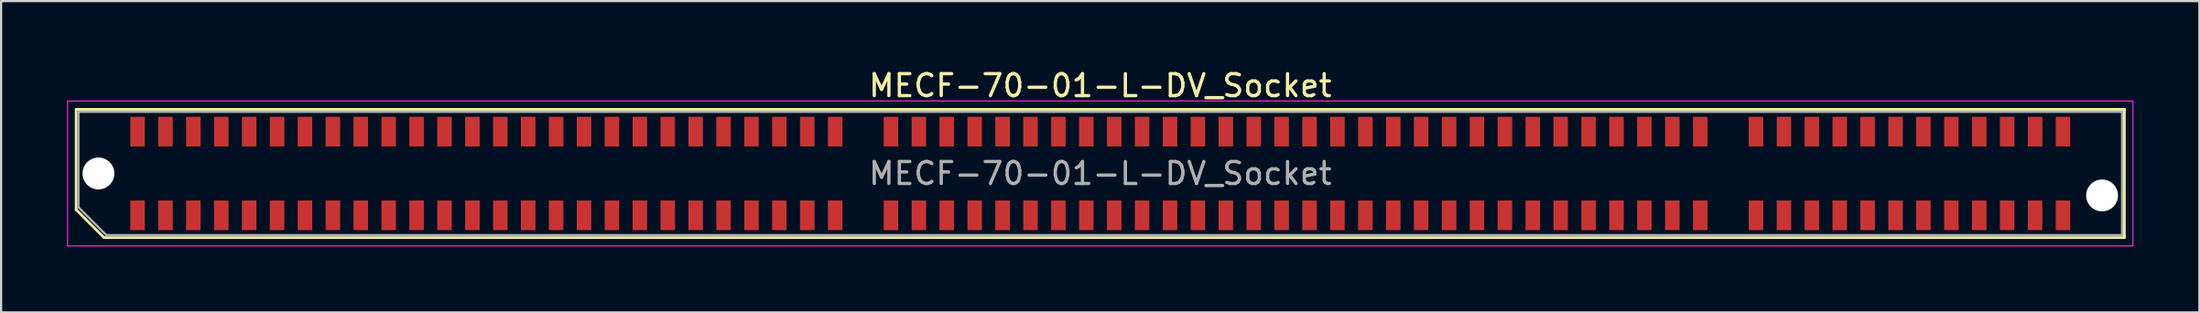
<source format=kicad_pcb>
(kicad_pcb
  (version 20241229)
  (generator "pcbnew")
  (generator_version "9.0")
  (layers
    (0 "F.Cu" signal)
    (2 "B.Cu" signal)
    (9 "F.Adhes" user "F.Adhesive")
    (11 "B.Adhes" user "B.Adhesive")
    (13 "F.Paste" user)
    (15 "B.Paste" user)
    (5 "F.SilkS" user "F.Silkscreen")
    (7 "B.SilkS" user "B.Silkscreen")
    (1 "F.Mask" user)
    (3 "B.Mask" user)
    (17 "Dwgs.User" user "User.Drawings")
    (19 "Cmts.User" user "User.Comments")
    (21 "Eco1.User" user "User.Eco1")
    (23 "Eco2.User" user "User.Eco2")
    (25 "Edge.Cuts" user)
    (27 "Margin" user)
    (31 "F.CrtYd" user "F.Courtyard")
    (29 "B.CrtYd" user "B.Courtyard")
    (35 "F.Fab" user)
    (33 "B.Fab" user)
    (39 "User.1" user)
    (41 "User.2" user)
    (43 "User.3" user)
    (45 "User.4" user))
  (footprint "MECF-70-01-L-DV_Socket"
    (layer "F.Cu")
    (at 47.025 4.848)
    (property "Reference" "MECF-70-01-L-DV_Socket" (at 0 -4 0) (layer "F.SilkS") (effects (font (size 1 1) (thickness 0.15))))
    (attr smd)
    (fp_line (start -46.61 -2.92) (end 46.61 -2.92) (stroke (width 0.12) (type solid)) (layer "F.SilkS"))
    (fp_line (start -46.61 1.65) (end -46.61 -2.92) (stroke (width 0.12) (type solid)) (layer "F.SilkS"))
    (fp_line (start -45.34 2.92) (end -46.61 1.65) (stroke (width 0.12) (type solid)) (layer "F.SilkS"))
    (fp_line (start -45.34 2.92) (end 46.61 2.92) (stroke (width 0.12) (type solid)) (layer "F.SilkS"))
    (fp_line (start 46.61 2.92) (end 46.61 -2.92) (stroke (width 0.12) (type solid)) (layer "F.SilkS"))
    (fp_line (start -47 -3.3) (end -47 3.3) (stroke (width 0.05) (type solid)) (layer "F.CrtYd"))
    (fp_line (start -47 3.3) (end 47 3.3) (stroke (width 0.05) (type solid)) (layer "F.CrtYd"))
    (fp_line (start 47 -3.3) (end -47 -3.3) (stroke (width 0.05) (type solid)) (layer "F.CrtYd"))
    (fp_line (start 47 3.3) (end 47 -3.3) (stroke (width 0.05) (type solid)) (layer "F.CrtYd"))
    (fp_line (start -46.505 -2.805) (end 46.505 -2.805) (stroke (width 0.1) (type solid)) (layer "F.Fab"))
    (fp_line (start -46.505 1.535) (end -46.505 -2.805) (stroke (width 0.1) (type solid)) (layer "F.Fab"))
    (fp_line (start -46.505 1.535) (end -45.235 2.805) (stroke (width 0.1) (type solid)) (layer "F.Fab"))
    (fp_line (start -45.235 2.805) (end 46.505 2.805) (stroke (width 0.1) (type solid)) (layer "F.Fab"))
    (fp_line (start 46.505 2.805) (end 46.505 -2.805) (stroke (width 0.1) (type solid)) (layer "F.Fab"))
    (fp_text user "${REFERENCE}" (at 0 0 0) (layer "F.Fab") (effects (font (size 1 1) (thickness 0.15))))
    (pad "" np_thru_hole circle (at -45.595 0) (size 1.45 1.45) (drill 1.45) (layers "*.Cu" "*.Mask"))
    (pad "" np_thru_hole circle (at 45.595 1) (size 1.45 1.45) (drill 1.45) (layers "*.Cu" "*.Mask"))
    (pad "1" smd rect (at -43.815 1.905) (size 0.66 1.35) (layers "F.Cu" "F.Mask" "F.Paste"))
    (pad "2" smd rect (at -43.815 -1.905) (size 0.66 1.35) (layers "F.Cu" "F.Mask" "F.Paste"))
    (pad "3" smd rect (at -42.545 1.905) (size 0.66 1.35) (layers "F.Cu" "F.Mask" "F.Paste"))
    (pad "4" smd rect (at -42.545 -1.905) (size 0.66 1.35) (layers "F.Cu" "F.Mask" "F.Paste"))
    (pad "5" smd rect (at -41.275 1.905) (size 0.66 1.35) (layers "F.Cu" "F.Mask" "F.Paste"))
    (pad "6" smd rect (at -41.275 -1.905) (size 0.66 1.35) (layers "F.Cu" "F.Mask" "F.Paste"))
    (pad "7" smd rect (at -40.005 1.905) (size 0.66 1.35) (layers "F.Cu" "F.Mask" "F.Paste"))
    (pad "8" smd rect (at -40.005 -1.905) (size 0.66 1.35) (layers "F.Cu" "F.Mask" "F.Paste"))
    (pad "9" smd rect (at -38.735 1.905) (size 0.66 1.35) (layers "F.Cu" "F.Mask" "F.Paste"))
    (pad "10" smd rect (at -38.735 -1.905) (size 0.66 1.35) (layers "F.Cu" "F.Mask" "F.Paste"))
    (pad "11" smd rect (at -37.465 1.905) (size 0.66 1.35) (layers "F.Cu" "F.Mask" "F.Paste"))
    (pad "12" smd rect (at -37.465 -1.905) (size 0.66 1.35) (layers "F.Cu" "F.Mask" "F.Paste"))
    (pad "13" smd rect (at -36.195 1.905) (size 0.66 1.35) (layers "F.Cu" "F.Mask" "F.Paste"))
    (pad "14" smd rect (at -36.195 -1.905) (size 0.66 1.35) (layers "F.Cu" "F.Mask" "F.Paste"))
    (pad "15" smd rect (at -34.925 1.905) (size 0.66 1.35) (layers "F.Cu" "F.Mask" "F.Paste"))
    (pad "16" smd rect (at -34.925 -1.905) (size 0.66 1.35) (layers "F.Cu" "F.Mask" "F.Paste"))
    (pad "17" smd rect (at -33.655 1.905) (size 0.66 1.35) (layers "F.Cu" "F.Mask" "F.Paste"))
    (pad "18" smd rect (at -33.655 -1.905) (size 0.66 1.35) (layers "F.Cu" "F.Mask" "F.Paste"))
    (pad "19" smd rect (at -32.385 1.905) (size 0.66 1.35) (layers "F.Cu" "F.Mask" "F.Paste"))
    (pad "20" smd rect (at -32.385 -1.905) (size 0.66 1.35) (layers "F.Cu" "F.Mask" "F.Paste"))
    (pad "21" smd rect (at -31.115 1.905) (size 0.66 1.35) (layers "F.Cu" "F.Mask" "F.Paste"))
    (pad "22" smd rect (at -31.115 -1.905) (size 0.66 1.35) (layers "F.Cu" "F.Mask" "F.Paste"))
    (pad "23" smd rect (at -29.845 1.905) (size 0.66 1.35) (layers "F.Cu" "F.Mask" "F.Paste"))
    (pad "24" smd rect (at -29.845 -1.905) (size 0.66 1.35) (layers "F.Cu" "F.Mask" "F.Paste"))
    (pad "25" smd rect (at -28.575 1.905) (size 0.66 1.35) (layers "F.Cu" "F.Mask" "F.Paste"))
    (pad "26" smd rect (at -28.575 -1.905) (size 0.66 1.35) (layers "F.Cu" "F.Mask" "F.Paste"))
    (pad "27" smd rect (at -27.305 1.905) (size 0.66 1.35) (layers "F.Cu" "F.Mask" "F.Paste"))
    (pad "28" smd rect (at -27.305 -1.905) (size 0.66 1.35) (layers "F.Cu" "F.Mask" "F.Paste"))
    (pad "29" smd rect (at -26.035 1.905) (size 0.66 1.35) (layers "F.Cu" "F.Mask" "F.Paste"))
    (pad "30" smd rect (at -26.035 -1.905) (size 0.66 1.35) (layers "F.Cu" "F.Mask" "F.Paste"))
    (pad "31" smd rect (at -24.765 1.905) (size 0.66 1.35) (layers "F.Cu" "F.Mask" "F.Paste"))
    (pad "32" smd rect (at -24.765 -1.905) (size 0.66 1.35) (layers "F.Cu" "F.Mask" "F.Paste"))
    (pad "33" smd rect (at -23.495 1.905) (size 0.66 1.35) (layers "F.Cu" "F.Mask" "F.Paste"))
    (pad "34" smd rect (at -23.495 -1.905) (size 0.66 1.35) (layers "F.Cu" "F.Mask" "F.Paste"))
    (pad "35" smd rect (at -22.225 1.905) (size 0.66 1.35) (layers "F.Cu" "F.Mask" "F.Paste"))
    (pad "36" smd rect (at -22.225 -1.905) (size 0.66 1.35) (layers "F.Cu" "F.Mask" "F.Paste"))
    (pad "37" smd rect (at -20.955 1.905) (size 0.66 1.35) (layers "F.Cu" "F.Mask" "F.Paste"))
    (pad "38" smd rect (at -20.955 -1.905) (size 0.66 1.35) (layers "F.Cu" "F.Mask" "F.Paste"))
    (pad "39" smd rect (at -19.685 1.905) (size 0.66 1.35) (layers "F.Cu" "F.Mask" "F.Paste"))
    (pad "40" smd rect (at -19.685 -1.905) (size 0.66 1.35) (layers "F.Cu" "F.Mask" "F.Paste"))
    (pad "41" smd rect (at -18.415 1.905) (size 0.66 1.35) (layers "F.Cu" "F.Mask" "F.Paste"))
    (pad "42" smd rect (at -18.415 -1.905) (size 0.66 1.35) (layers "F.Cu" "F.Mask" "F.Paste"))
    (pad "43" smd rect (at -17.145 1.905) (size 0.66 1.35) (layers "F.Cu" "F.Mask" "F.Paste"))
    (pad "44" smd rect (at -17.145 -1.905) (size 0.66 1.35) (layers "F.Cu" "F.Mask" "F.Paste"))
    (pad "45" smd rect (at -15.875 1.905) (size 0.66 1.35) (layers "F.Cu" "F.Mask" "F.Paste"))
    (pad "46" smd rect (at -15.875 -1.905) (size 0.66 1.35) (layers "F.Cu" "F.Mask" "F.Paste"))
    (pad "47" smd rect (at -14.605 1.905) (size 0.66 1.35) (layers "F.Cu" "F.Mask" "F.Paste"))
    (pad "48" smd rect (at -14.605 -1.905) (size 0.66 1.35) (layers "F.Cu" "F.Mask" "F.Paste"))
    (pad "49" smd rect (at -13.335 1.905) (size 0.66 1.35) (layers "F.Cu" "F.Mask" "F.Paste"))
    (pad "50" smd rect (at -13.335 -1.905) (size 0.66 1.35) (layers "F.Cu" "F.Mask" "F.Paste"))
    (pad "51" smd rect (at -12.065 1.905) (size 0.66 1.35) (layers "F.Cu" "F.Mask" "F.Paste"))
    (pad "52" smd rect (at -12.065 -1.905) (size 0.66 1.35) (layers "F.Cu" "F.Mask" "F.Paste"))
    (pad "55" smd rect (at -9.525 1.905) (size 0.66 1.35) (layers "F.Cu" "F.Mask" "F.Paste"))
    (pad "56" smd rect (at -9.525 -1.905) (size 0.66 1.35) (layers "F.Cu" "F.Mask" "F.Paste"))
    (pad "57" smd rect (at -8.255 1.905) (size 0.66 1.35) (layers "F.Cu" "F.Mask" "F.Paste"))
    (pad "58" smd rect (at -8.255 -1.905) (size 0.66 1.35) (layers "F.Cu" "F.Mask" "F.Paste"))
    (pad "59" smd rect (at -6.985 1.905) (size 0.66 1.35) (layers "F.Cu" "F.Mask" "F.Paste"))
    (pad "60" smd rect (at -6.985 -1.905) (size 0.66 1.35) (layers "F.Cu" "F.Mask" "F.Paste"))
    (pad "61" smd rect (at -5.715 1.905) (size 0.66 1.35) (layers "F.Cu" "F.Mask" "F.Paste"))
    (pad "62" smd rect (at -5.715 -1.905) (size 0.66 1.35) (layers "F.Cu" "F.Mask" "F.Paste"))
    (pad "63" smd rect (at -4.445 1.905) (size 0.66 1.35) (layers "F.Cu" "F.Mask" "F.Paste"))
    (pad "64" smd rect (at -4.445 -1.905) (size 0.66 1.35) (layers "F.Cu" "F.Mask" "F.Paste"))
    (pad "65" smd rect (at -3.175 1.905) (size 0.66 1.35) (layers "F.Cu" "F.Mask" "F.Paste"))
    (pad "66" smd rect (at -3.175 -1.905) (size 0.66 1.35) (layers "F.Cu" "F.Mask" "F.Paste"))
    (pad "67" smd rect (at -1.905 1.905) (size 0.66 1.35) (layers "F.Cu" "F.Mask" "F.Paste"))
    (pad "68" smd rect (at -1.905 -1.905) (size 0.66 1.35) (layers "F.Cu" "F.Mask" "F.Paste"))
    (pad "69" smd rect (at -0.635 1.905) (size 0.66 1.35) (layers "F.Cu" "F.Mask" "F.Paste"))
    (pad "70" smd rect (at -0.635 -1.905) (size 0.66 1.35) (layers "F.Cu" "F.Mask" "F.Paste"))
    (pad "71" smd rect (at 0.635 1.905) (size 0.66 1.35) (layers "F.Cu" "F.Mask" "F.Paste"))
    (pad "72" smd rect (at 0.635 -1.905) (size 0.66 1.35) (layers "F.Cu" "F.Mask" "F.Paste"))
    (pad "73" smd rect (at 1.905 1.905) (size 0.66 1.35) (layers "F.Cu" "F.Mask" "F.Paste"))
    (pad "74" smd rect (at 1.905 -1.905) (size 0.66 1.35) (layers "F.Cu" "F.Mask" "F.Paste"))
    (pad "75" smd rect (at 3.175 1.905) (size 0.66 1.35) (layers "F.Cu" "F.Mask" "F.Paste"))
    (pad "76" smd rect (at 3.175 -1.905) (size 0.66 1.35) (layers "F.Cu" "F.Mask" "F.Paste"))
    (pad "77" smd rect (at 4.445 1.905) (size 0.66 1.35) (layers "F.Cu" "F.Mask" "F.Paste"))
    (pad "78" smd rect (at 4.445 -1.905) (size 0.66 1.35) (layers "F.Cu" "F.Mask" "F.Paste"))
    (pad "79" smd rect (at 5.715 1.905) (size 0.66 1.35) (layers "F.Cu" "F.Mask" "F.Paste"))
    (pad "80" smd rect (at 5.715 -1.905) (size 0.66 1.35) (layers "F.Cu" "F.Mask" "F.Paste"))
    (pad "81" smd rect (at 6.985 1.905) (size 0.66 1.35) (layers "F.Cu" "F.Mask" "F.Paste"))
    (pad "82" smd rect (at 6.985 -1.905) (size 0.66 1.35) (layers "F.Cu" "F.Mask" "F.Paste"))
    (pad "83" smd rect (at 8.255 1.905) (size 0.66 1.35) (layers "F.Cu" "F.Mask" "F.Paste"))
    (pad "84" smd rect (at 8.255 -1.905) (size 0.66 1.35) (layers "F.Cu" "F.Mask" "F.Paste"))
    (pad "85" smd rect (at 9.525 1.905) (size 0.66 1.35) (layers "F.Cu" "F.Mask" "F.Paste"))
    (pad "86" smd rect (at 9.525 -1.905) (size 0.66 1.35) (layers "F.Cu" "F.Mask" "F.Paste"))
    (pad "87" smd rect (at 10.795 1.905) (size 0.66 1.35) (layers "F.Cu" "F.Mask" "F.Paste"))
    (pad "88" smd rect (at 10.795 -1.905) (size 0.66 1.35) (layers "F.Cu" "F.Mask" "F.Paste"))
    (pad "89" smd rect (at 12.065 1.905) (size 0.66 1.35) (layers "F.Cu" "F.Mask" "F.Paste"))
    (pad "90" smd rect (at 12.065 -1.905) (size 0.66 1.35) (layers "F.Cu" "F.Mask" "F.Paste"))
    (pad "91" smd rect (at 13.335 1.905) (size 0.66 1.35) (layers "F.Cu" "F.Mask" "F.Paste"))
    (pad "92" smd rect (at 13.335 -1.905) (size 0.66 1.35) (layers "F.Cu" "F.Mask" "F.Paste"))
    (pad "93" smd rect (at 14.605 1.905) (size 0.66 1.35) (layers "F.Cu" "F.Mask" "F.Paste"))
    (pad "94" smd rect (at 14.605 -1.905) (size 0.66 1.35) (layers "F.Cu" "F.Mask" "F.Paste"))
    (pad "95" smd rect (at 15.875 1.905) (size 0.66 1.35) (layers "F.Cu" "F.Mask" "F.Paste"))
    (pad "96" smd rect (at 15.875 -1.905) (size 0.66 1.35) (layers "F.Cu" "F.Mask" "F.Paste"))
    (pad "97" smd rect (at 17.145 1.905) (size 0.66 1.35) (layers "F.Cu" "F.Mask" "F.Paste"))
    (pad "98" smd rect (at 17.145 -1.905) (size 0.66 1.35) (layers "F.Cu" "F.Mask" "F.Paste"))
    (pad "99" smd rect (at 18.415 1.905) (size 0.66 1.35) (layers "F.Cu" "F.Mask" "F.Paste"))
    (pad "100" smd rect (at 18.415 -1.905) (size 0.66 1.35) (layers "F.Cu" "F.Mask" "F.Paste"))
    (pad "101" smd rect (at 19.685 1.905) (size 0.66 1.35) (layers "F.Cu" "F.Mask" "F.Paste"))
    (pad "102" smd rect (at 19.685 -1.905) (size 0.66 1.35) (layers "F.Cu" "F.Mask" "F.Paste"))
    (pad "103" smd rect (at 20.955 1.905) (size 0.66 1.35) (layers "F.Cu" "F.Mask" "F.Paste"))
    (pad "104" smd rect (at 20.955 -1.905) (size 0.66 1.35) (layers "F.Cu" "F.Mask" "F.Paste"))
    (pad "105" smd rect (at 22.225 1.905) (size 0.66 1.35) (layers "F.Cu" "F.Mask" "F.Paste"))
    (pad "106" smd rect (at 22.225 -1.905) (size 0.66 1.35) (layers "F.Cu" "F.Mask" "F.Paste"))
    (pad "107" smd rect (at 23.495 1.905) (size 0.66 1.35) (layers "F.Cu" "F.Mask" "F.Paste"))
    (pad "108" smd rect (at 23.495 -1.905) (size 0.66 1.35) (layers "F.Cu" "F.Mask" "F.Paste"))
    (pad "109" smd rect (at 24.765 1.905) (size 0.66 1.35) (layers "F.Cu" "F.Mask" "F.Paste"))
    (pad "110" smd rect (at 24.765 -1.905) (size 0.66 1.35) (layers "F.Cu" "F.Mask" "F.Paste"))
    (pad "111" smd rect (at 26.035 1.905) (size 0.66 1.35) (layers "F.Cu" "F.Mask" "F.Paste"))
    (pad "112" smd rect (at 26.035 -1.905) (size 0.66 1.35) (layers "F.Cu" "F.Mask" "F.Paste"))
    (pad "113" smd rect (at 27.305 1.905) (size 0.66 1.35) (layers "F.Cu" "F.Mask" "F.Paste"))
    (pad "114" smd rect (at 27.305 -1.905) (size 0.66 1.35) (layers "F.Cu" "F.Mask" "F.Paste"))
    (pad "117" smd rect (at 29.845 1.905) (size 0.66 1.35) (layers "F.Cu" "F.Mask" "F.Paste"))
    (pad "118" smd rect (at 29.845 -1.905) (size 0.66 1.35) (layers "F.Cu" "F.Mask" "F.Paste"))
    (pad "119" smd rect (at 31.115 1.905) (size 0.66 1.35) (layers "F.Cu" "F.Mask" "F.Paste"))
    (pad "120" smd rect (at 31.115 -1.905) (size 0.66 1.35) (layers "F.Cu" "F.Mask" "F.Paste"))
    (pad "121" smd rect (at 32.385 1.905) (size 0.66 1.35) (layers "F.Cu" "F.Mask" "F.Paste"))
    (pad "122" smd rect (at 32.385 -1.905) (size 0.66 1.35) (layers "F.Cu" "F.Mask" "F.Paste"))
    (pad "123" smd rect (at 33.655 1.905) (size 0.66 1.35) (layers "F.Cu" "F.Mask" "F.Paste"))
    (pad "124" smd rect (at 33.655 -1.905) (size 0.66 1.35) (layers "F.Cu" "F.Mask" "F.Paste"))
    (pad "125" smd rect (at 34.925 1.905) (size 0.66 1.35) (layers "F.Cu" "F.Mask" "F.Paste"))
    (pad "126" smd rect (at 34.925 -1.905) (size 0.66 1.35) (layers "F.Cu" "F.Mask" "F.Paste"))
    (pad "127" smd rect (at 36.195 1.905) (size 0.66 1.35) (layers "F.Cu" "F.Mask" "F.Paste"))
    (pad "128" smd rect (at 36.195 -1.905) (size 0.66 1.35) (layers "F.Cu" "F.Mask" "F.Paste"))
    (pad "129" smd rect (at 37.465 1.905) (size 0.66 1.35) (layers "F.Cu" "F.Mask" "F.Paste"))
    (pad "130" smd rect (at 37.465 -1.905) (size 0.66 1.35) (layers "F.Cu" "F.Mask" "F.Paste"))
    (pad "131" smd rect (at 38.735 1.905) (size 0.66 1.35) (layers "F.Cu" "F.Mask" "F.Paste"))
    (pad "132" smd rect (at 38.735 -1.905) (size 0.66 1.35) (layers "F.Cu" "F.Mask" "F.Paste"))
    (pad "133" smd rect (at 40.005 1.905) (size 0.66 1.35) (layers "F.Cu" "F.Mask" "F.Paste"))
    (pad "134" smd rect (at 40.005 -1.905) (size 0.66 1.35) (layers "F.Cu" "F.Mask" "F.Paste"))
    (pad "135" smd rect (at 41.275 1.905) (size 0.66 1.35) (layers "F.Cu" "F.Mask" "F.Paste"))
    (pad "136" smd rect (at 41.275 -1.905) (size 0.66 1.35) (layers "F.Cu" "F.Mask" "F.Paste"))
    (pad "137" smd rect (at 42.545 1.905) (size 0.66 1.35) (layers "F.Cu" "F.Mask" "F.Paste"))
    (pad "138" smd rect (at 42.545 -1.905) (size 0.66 1.35) (layers "F.Cu" "F.Mask" "F.Paste"))
    (pad "139" smd rect (at 43.815 1.905) (size 0.66 1.35) (layers "F.Cu" "F.Mask" "F.Paste"))
    (pad "140" smd rect (at 43.815 -1.905) (size 0.66 1.35) (layers "F.Cu" "F.Mask" "F.Paste")))
  (gr_rect
    (start -3 -3)
    (end 97.05 11.173)
    (stroke (width 0.1) (type default))
    (fill no)
    (layer "Edge.Cuts")))
</source>
